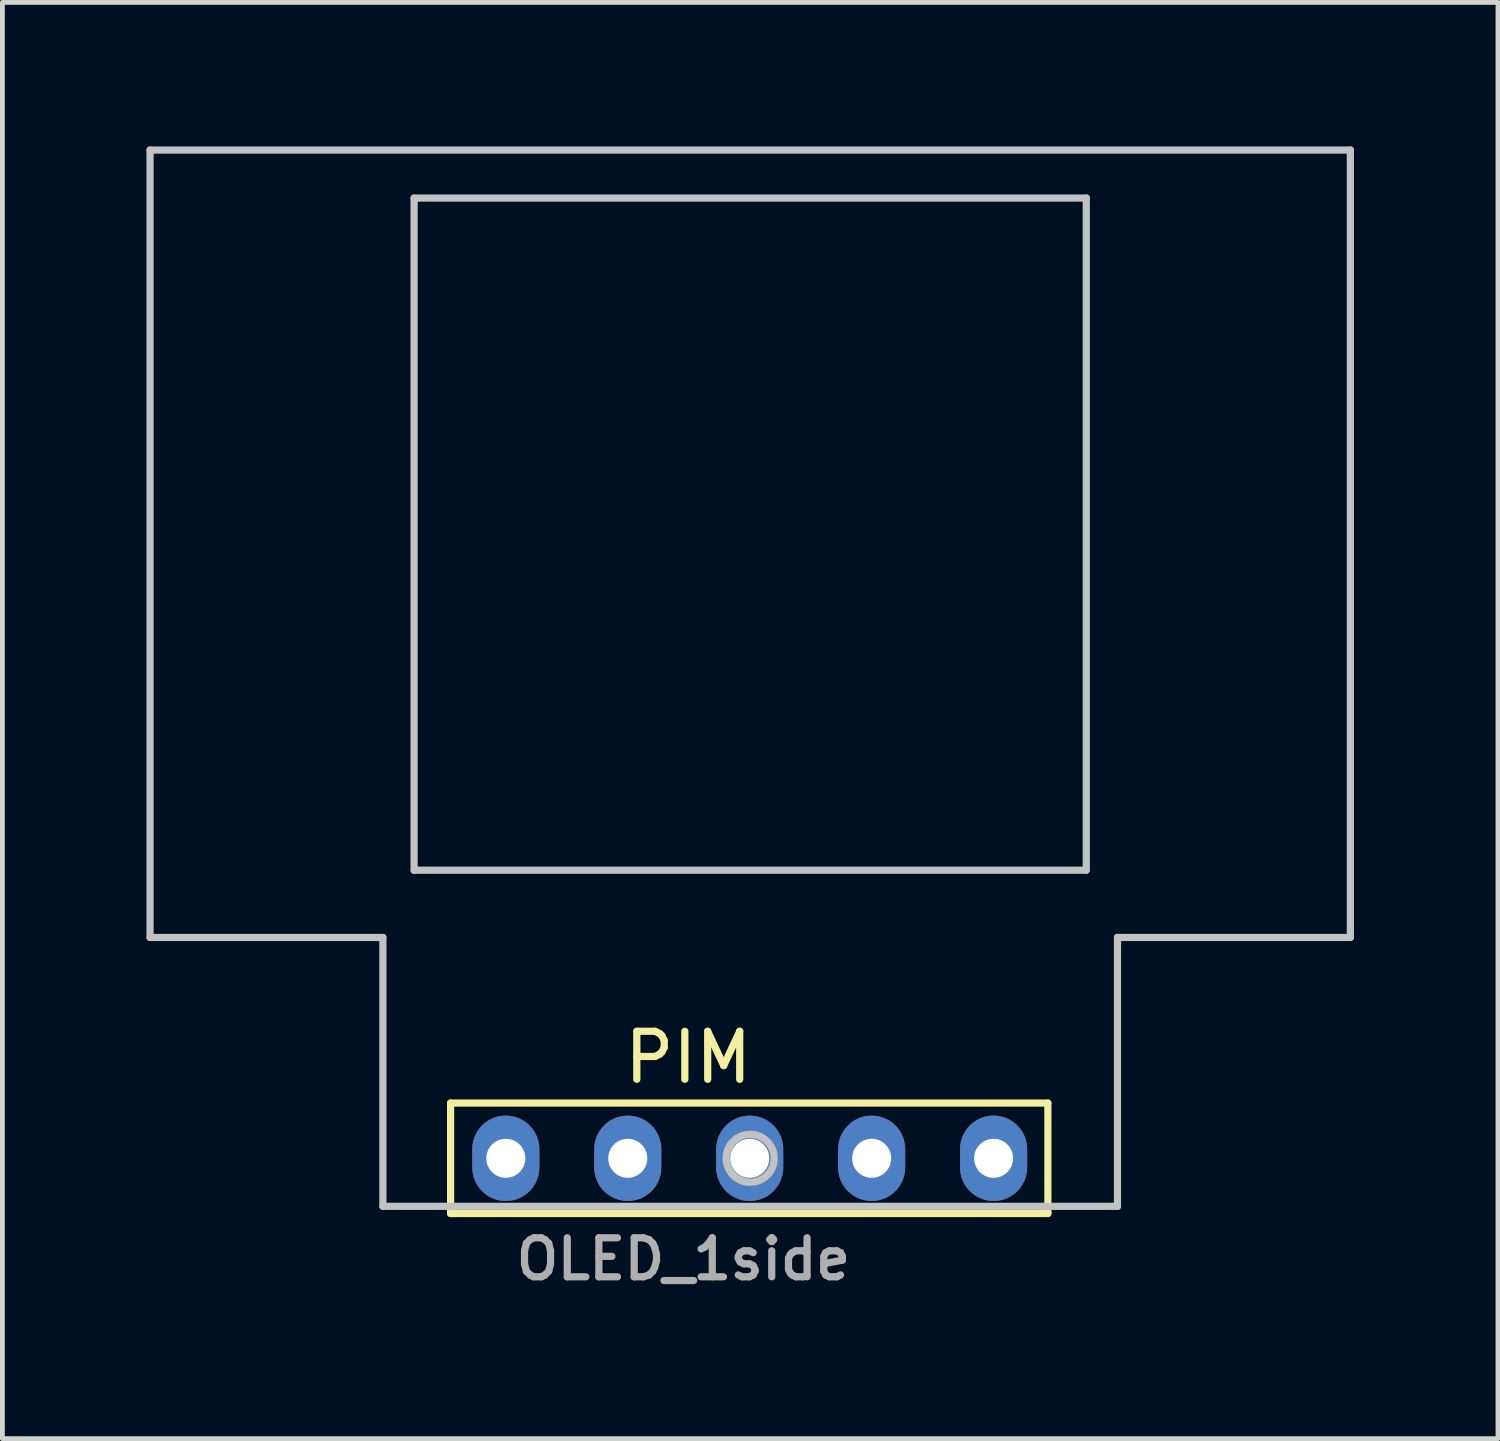
<source format=kicad_pcb>
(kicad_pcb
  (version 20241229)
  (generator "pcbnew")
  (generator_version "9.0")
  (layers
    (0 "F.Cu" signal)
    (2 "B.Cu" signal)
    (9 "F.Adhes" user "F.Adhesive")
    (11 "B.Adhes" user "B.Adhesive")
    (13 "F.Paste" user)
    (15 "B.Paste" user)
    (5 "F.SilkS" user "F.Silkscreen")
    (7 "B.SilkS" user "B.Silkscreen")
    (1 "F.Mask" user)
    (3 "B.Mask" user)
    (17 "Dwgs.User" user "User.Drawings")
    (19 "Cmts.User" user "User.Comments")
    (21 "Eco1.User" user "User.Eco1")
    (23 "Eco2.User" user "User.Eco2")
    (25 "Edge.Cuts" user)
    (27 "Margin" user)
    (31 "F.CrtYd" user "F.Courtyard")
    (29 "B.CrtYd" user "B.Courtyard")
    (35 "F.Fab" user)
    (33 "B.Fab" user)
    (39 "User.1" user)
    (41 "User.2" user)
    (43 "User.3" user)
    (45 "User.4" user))
  (footprint "OLED_1side"
    (layer "F.Cu")
    (at 7.485 21.075)
    (property "Reference" "OLED_1side" (at 3.7 2.1 180) (layer "F.Fab") (effects (font (size 0.813 0.813) (thickness 0.15))))
    (attr through_hole)
    (fp_line (start -1.15 -1.15) (end 11.29 -1.15) (stroke (width 0.15) (type solid)) (layer "F.SilkS"))
    (fp_line (start -1.15 1.15) (end -1.15 -1.15) (stroke (width 0.15) (type solid)) (layer "F.SilkS"))
    (fp_line (start -1.15 1.15) (end 11.29 1.15) (stroke (width 0.15) (type solid)) (layer "F.SilkS"))
    (fp_line (start 11.29 -1.15) (end 11.29 1.15) (stroke (width 0.15) (type solid)) (layer "F.SilkS"))
    (fp_line (start -7.41 -21) (end 17.59 -21) (stroke (width 0.15) (type solid)) (layer "Dwgs.User"))
    (fp_line (start -7.41 -4.6) (end -7.41 -21) (stroke (width 0.15) (type solid)) (layer "Dwgs.User"))
    (fp_line (start -2.56 -4.6) (end -7.41 -4.6) (stroke (width 0.15) (type solid)) (layer "Dwgs.User"))
    (fp_line (start -2.56 1) (end -2.56 -4.6) (stroke (width 0.15) (type solid)) (layer "Dwgs.User"))
    (fp_line (start -1.91 -20) (end 12.09 -20) (stroke (width 0.15) (type solid)) (layer "Dwgs.User"))
    (fp_line (start -1.91 -6) (end -1.91 -20) (stroke (width 0.15) (type solid)) (layer "Dwgs.User"))
    (fp_line (start 12.09 -20) (end 12.09 -6) (stroke (width 0.15) (type solid)) (layer "Dwgs.User"))
    (fp_line (start 12.09 -6) (end -1.91 -6) (stroke (width 0.15) (type solid)) (layer "Dwgs.User"))
    (fp_line (start 12.74 -4.6) (end 12.74 1) (stroke (width 0.15) (type solid)) (layer "Dwgs.User"))
    (fp_line (start 12.74 -4.6) (end 17.59 -4.6) (stroke (width 0.15) (type solid)) (layer "Dwgs.User"))
    (fp_line (start 12.74 1) (end -2.56 1) (stroke (width 0.15) (type solid)) (layer "Dwgs.User"))
    (fp_line (start 17.59 -21) (end 17.59 -4.6) (stroke (width 0.15) (type solid)) (layer "Dwgs.User"))
    (fp_circle (center 5.09 0) (end 5.59 0) (stroke (width 0.15) (type solid)) (fill no) (layer "Dwgs.User"))
    (fp_text user "PIM" (at 3.8 -2.1 0) (layer "F.SilkS") (effects (font (size 1 1) (thickness 0.15))))
    (pad "1" thru_hole oval (at 0 0) (size 1.397 1.778) (drill 0.813) (layers "*.Cu" "B.Mask"))
    (pad "2" thru_hole oval (at 2.54 0) (size 1.397 1.778) (drill 0.813) (layers "*.Cu" "B.Mask"))
    (pad "3" thru_hole oval (at 5.08 0) (size 1.397 1.778) (drill 0.813) (layers "*.Cu" "B.Mask"))
    (pad "4" thru_hole oval (at 7.62 0) (size 1.397 1.778) (drill 0.813) (layers "*.Cu" "B.Mask"))
    (pad "5" thru_hole oval (at 10.16 0) (size 1.397 1.778) (drill 0.813) (layers "*.Cu" "B.Mask")))
  (gr_rect
    (start -3 -3)
    (end 28.15 26.914)
    (stroke (width 0.1) (type default))
    (fill no)
    (layer "Edge.Cuts")))
</source>
